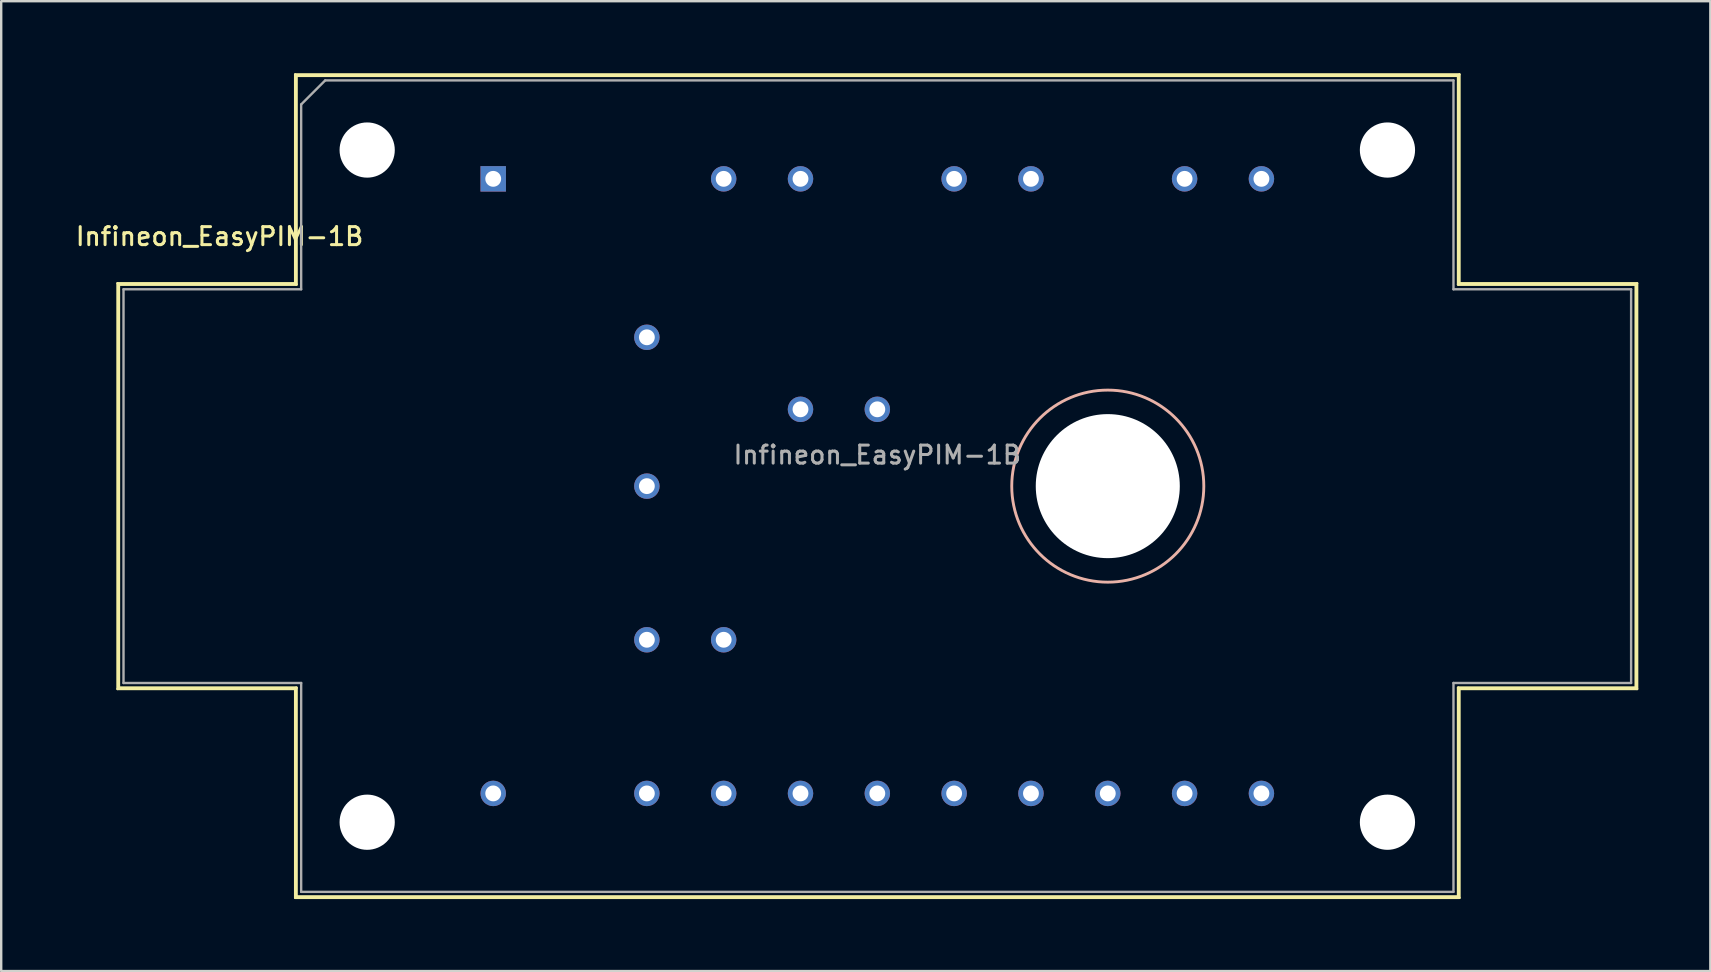
<source format=kicad_pcb>
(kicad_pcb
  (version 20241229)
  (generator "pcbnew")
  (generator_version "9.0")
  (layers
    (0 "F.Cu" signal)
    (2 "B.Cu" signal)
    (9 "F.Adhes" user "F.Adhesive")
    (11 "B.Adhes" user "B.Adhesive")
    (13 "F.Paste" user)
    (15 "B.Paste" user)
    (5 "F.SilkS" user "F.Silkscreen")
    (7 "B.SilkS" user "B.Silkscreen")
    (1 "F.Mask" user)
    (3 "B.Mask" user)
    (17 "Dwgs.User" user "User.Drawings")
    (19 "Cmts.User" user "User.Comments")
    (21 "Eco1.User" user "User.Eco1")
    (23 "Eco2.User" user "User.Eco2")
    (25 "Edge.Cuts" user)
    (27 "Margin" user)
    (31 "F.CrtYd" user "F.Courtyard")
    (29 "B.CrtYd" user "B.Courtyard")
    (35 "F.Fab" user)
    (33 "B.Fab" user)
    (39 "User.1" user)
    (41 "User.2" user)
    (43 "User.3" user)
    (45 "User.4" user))
  (footprint "Infineon_EasyPIM-1B"
    (layer "F.Cu")
    (at 17.495 4.4)
    (property "Reference" "Infineon_EasyPIM-1B" (at -11.4 2.4 0) (layer "F.SilkS") (effects (font (size 0.75 0.75) (thickness 0.125))))
    (attr through_hole)
    (fp_line (start -15.65 4.35) (end -15.65 21.25) (stroke (width 0.1) (type solid)) (layer "F.SilkS"))
    (fp_line (start -15.6 4.4) (end -15.6 21.2) (stroke (width 0.12) (type solid)) (layer "F.SilkS"))
    (fp_line (start -15.6 21.2) (end -8.2 21.2) (stroke (width 0.12) (type solid)) (layer "F.SilkS"))
    (fp_line (start -8.25 -4.35) (end -8.25 4.35) (stroke (width 0.1) (type solid)) (layer "F.SilkS"))
    (fp_line (start -8.25 -4.35) (end 40.25 -4.35) (stroke (width 0.1) (type solid)) (layer "F.SilkS"))
    (fp_line (start -8.25 4.35) (end -15.65 4.35) (stroke (width 0.1) (type solid)) (layer "F.SilkS"))
    (fp_line (start -8.25 21.25) (end -15.65 21.25) (stroke (width 0.1) (type solid)) (layer "F.SilkS"))
    (fp_line (start -8.25 29.95) (end -8.25 21.25) (stroke (width 0.1) (type solid)) (layer "F.SilkS"))
    (fp_line (start -8.2 -4.3) (end -8.2 4.4) (stroke (width 0.12) (type solid)) (layer "F.SilkS"))
    (fp_line (start -8.2 4.4) (end -15.6 4.4) (stroke (width 0.12) (type solid)) (layer "F.SilkS"))
    (fp_line (start -8.2 21.2) (end -8.2 29.9) (stroke (width 0.12) (type solid)) (layer "F.SilkS"))
    (fp_line (start -8.2 29.9) (end 40.2 29.9) (stroke (width 0.12) (type solid)) (layer "F.SilkS"))
    (fp_line (start 40.2 -4.3) (end -8.2 -4.3) (stroke (width 0.12) (type solid)) (layer "F.SilkS"))
    (fp_line (start 40.2 4.4) (end 40.2 -4.3) (stroke (width 0.12) (type solid)) (layer "F.SilkS"))
    (fp_line (start 40.2 21.2) (end 47.6 21.2) (stroke (width 0.12) (type solid)) (layer "F.SilkS"))
    (fp_line (start 40.2 29.9) (end 40.2 21.2) (stroke (width 0.12) (type solid)) (layer "F.SilkS"))
    (fp_line (start 40.25 4.35) (end 40.25 -4.35) (stroke (width 0.1) (type solid)) (layer "F.SilkS"))
    (fp_line (start 40.25 21.25) (end 47.65 21.25) (stroke (width 0.1) (type solid)) (layer "F.SilkS"))
    (fp_line (start 40.25 29.95) (end -8.25 29.95) (stroke (width 0.1) (type solid)) (layer "F.SilkS"))
    (fp_line (start 40.25 29.95) (end 40.25 21.25) (stroke (width 0.1) (type solid)) (layer "F.SilkS"))
    (fp_line (start 47.6 4.4) (end 40.2 4.4) (stroke (width 0.12) (type solid)) (layer "F.SilkS"))
    (fp_line (start 47.6 21.2) (end 47.6 4.4) (stroke (width 0.12) (type solid)) (layer "F.SilkS"))
    (fp_line (start 47.65 4.35) (end 40.25 4.35) (stroke (width 0.1) (type solid)) (layer "F.SilkS"))
    (fp_line (start 47.65 21.25) (end 47.65 4.35) (stroke (width 0.1) (type solid)) (layer "F.SilkS"))
    (fp_circle (center 25.6 12.8) (end 29.6 12.8) (stroke (width 0.12) (type solid)) (fill no) (layer "B.SilkS"))
    (fp_line (start -15.4 4.6) (end -15.4 21) (stroke (width 0.1) (type solid)) (layer "F.Fab"))
    (fp_line (start -15.4 4.6) (end -8 4.6) (stroke (width 0.1) (type solid)) (layer "F.Fab"))
    (fp_line (start -15.4 21) (end -8 21) (stroke (width 0.1) (type solid)) (layer "F.Fab"))
    (fp_line (start -8 4.6) (end -8 -3.1) (stroke (width 0.1) (type solid)) (layer "F.Fab"))
    (fp_line (start -8 29.7) (end -8 21) (stroke (width 0.1) (type solid)) (layer "F.Fab"))
    (fp_line (start -7 -4.1) (end -8 -3.1) (stroke (width 0.1) (type solid)) (layer "F.Fab"))
    (fp_line (start -7 -4.1) (end 40 -4.1) (stroke (width 0.1) (type solid)) (layer "F.Fab"))
    (fp_line (start 40 4.6) (end 40 -4.1) (stroke (width 0.1) (type solid)) (layer "F.Fab"))
    (fp_line (start 40 21) (end 40 29.7) (stroke (width 0.1) (type solid)) (layer "F.Fab"))
    (fp_line (start 40 29.7) (end -8 29.7) (stroke (width 0.1) (type solid)) (layer "F.Fab"))
    (fp_line (start 47.4 4.6) (end 40 4.6) (stroke (width 0.1) (type solid)) (layer "F.Fab"))
    (fp_line (start 47.4 4.6) (end 47.4 21) (stroke (width 0.1) (type solid)) (layer "F.Fab"))
    (fp_line (start 47.4 21) (end 40 21) (stroke (width 0.1) (type solid)) (layer "F.Fab"))
    (fp_text user "${REFERENCE}" (at 16 11.5 180) (layer "F.Fab") (effects (font (size 0.75 0.75) (thickness 0.125))))
    (pad "" np_thru_hole circle (at -5.25 -1.2) (size 2.3 2.3) (drill 2.3) (layers "*.Cu" "*.Mask"))
    (pad "" np_thru_hole circle (at -5.25 26.8) (size 2.3 2.3) (drill 2.3) (layers "*.Cu" "*.Mask"))
    (pad "" np_thru_hole circle (at 25.6 12.8) (size 6 6) (drill 6) (layers "*.Cu" "*.Mask"))
    (pad "" np_thru_hole circle (at 37.25 -1.2) (size 2.3 2.3) (drill 2.3) (layers "*.Cu" "*.Mask"))
    (pad "" np_thru_hole circle (at 37.25 26.8) (size 2.3 2.3) (drill 2.3) (layers "*.Cu" "*.Mask"))
    (pad "B" thru_hole circle (at 0 25.6) (size 1.06 1.06) (drill 0.66) (layers "*.Cu" "*.Mask"))
    (pad "EU" thru_hole circle (at 32 25.6) (size 1.06 1.06) (drill 0.66) (layers "*.Cu" "*.Mask"))
    (pad "EV" thru_hole circle (at 25.6 25.6) (size 1.06 1.06) (drill 0.66) (layers "*.Cu" "*.Mask"))
    (pad "EW" thru_hole circle (at 19.2 25.6) (size 1.06 1.06) (drill 0.66) (layers "*.Cu" "*.Mask"))
    (pad "G1" thru_hole circle (at 28.8 0) (size 1.06 1.06) (drill 0.66) (layers "*.Cu" "*.Mask"))
    (pad "G2" thru_hole circle (at 28.8 25.6) (size 1.06 1.06) (drill 0.66) (layers "*.Cu" "*.Mask"))
    (pad "G3" thru_hole circle (at 19.2 0) (size 1.06 1.06) (drill 0.66) (layers "*.Cu" "*.Mask"))
    (pad "G4" thru_hole circle (at 22.4 25.6) (size 1.06 1.06) (drill 0.66) (layers "*.Cu" "*.Mask"))
    (pad "G5" thru_hole circle (at 9.6 0) (size 1.06 1.06) (drill 0.66) (layers "*.Cu" "*.Mask"))
    (pad "G6" thru_hole circle (at 16 25.6) (size 1.06 1.06) (drill 0.66) (layers "*.Cu" "*.Mask"))
    (pad "GB" thru_hole circle (at 9.6 25.6) (size 1.06 1.06) (drill 0.66) (layers "*.Cu" "*.Mask"))
    (pad "L1" thru_hole rect (at 0 0) (size 1.06 1.06) (drill 0.66) (layers "*.Cu" "*.Mask"))
    (pad "L2" thru_hole circle (at 6.4 6.6) (size 1.06 1.06) (drill 0.66) (layers "*.Cu" "*.Mask"))
    (pad "L3" thru_hole circle (at 6.4 12.8) (size 1.06 1.06) (drill 0.66) (layers "*.Cu" "*.Mask"))
    (pad "N" thru_hole circle (at 12.8 25.6) (size 1.06 1.06) (drill 0.66) (layers "*.Cu" "*.Mask"))
    (pad "NB" thru_hole circle (at 6.4 25.6) (size 1.06 1.06) (drill 0.66) (layers "*.Cu" "*.Mask"))
    (pad "P" thru_hole circle (at 6.4 19.2) (size 1.06 1.06) (drill 0.66) (layers "*.Cu" "*.Mask"))
    (pad "P1" thru_hole circle (at 9.6 19.2) (size 1.06 1.06) (drill 0.66) (layers "*.Cu" "*.Mask"))
    (pad "T1" thru_hole circle (at 12.8 9.6) (size 1.06 1.06) (drill 0.66) (layers "*.Cu" "*.Mask"))
    (pad "T2" thru_hole circle (at 16 9.6) (size 1.06 1.06) (drill 0.66) (layers "*.Cu" "*.Mask"))
    (pad "U" thru_hole circle (at 32 0) (size 1.06 1.06) (drill 0.66) (layers "*.Cu" "*.Mask"))
    (pad "V" thru_hole circle (at 22.4 0) (size 1.06 1.06) (drill 0.66) (layers "*.Cu" "*.Mask"))
    (pad "W" thru_hole circle (at 12.8 0) (size 1.06 1.06) (drill 0.66) (layers "*.Cu" "*.Mask"))
    (zone (net_name "") (layers "F.Cu" "B.Cu") (name "MH") (hatch full 0.508) (connect_pads) (min_thickness 0.254) (filled_areas_thickness no) (keepout (tracks not_allowed) (vias not_allowed) (pads not_allowed) (copperpour not_allowed) (footprints not_allowed)) (placement (enabled no)) (fill) (polygon (pts (xy 11.74 17.2) (xy 11.72 16.769) (xy 11.662 16.342) (xy 11.565 15.921) (xy 11.43 15.511) (xy 11.258 15.116) (xy 11.052 14.737) (xy 10.812 14.378) (xy 10.54 14.043) (xy 10.24 13.734) (xy 9.912 13.453) (xy 9.561 13.203) (xy 9.188 12.986) (xy 8.797 12.804) (xy 8.391 12.658) (xy 7.973 12.549) (xy 7.548 12.478) (xy 7.117 12.447) (xy 6.686 12.454) (xy 6.257 12.501) (xy 5.834 12.586) (xy 5.421 12.709) (xy 5.02 12.87) (xy 4.636 13.065) (xy 4.271 13.295) (xy 3.928 13.557) (xy 3.611 13.849) (xy 3.321 14.169) (xy 3.061 14.514) (xy 2.834 14.88) (xy 2.641 15.266) (xy 2.483 15.668) (xy 2.363 16.082) (xy 2.281 16.505) (xy 2.237 16.935) (xy 2.232 17.366) (xy 2.267 17.796) (xy 2.34 18.221) (xy 2.452 18.638) (xy 2.601 19.043) (xy 2.786 19.432) (xy 3.006 19.804) (xy 3.258 20.154) (xy 3.541 20.479) (xy 3.853 20.778) (xy 4.19 21.047) (xy 4.55 21.284) (xy 4.93 21.488) (xy 5.327 21.657) (xy 5.738 21.789) (xy 6.159 21.883) (xy 6.587 21.938) (xy 7.018 21.955) (xy 7.449 21.932) (xy 7.876 21.871) (xy 8.295 21.771) (xy 8.704 21.633) (xy 9.099 21.459) (xy 9.476 21.25) (xy 9.833 21.008) (xy 10.166 20.734) (xy 10.474 20.431) (xy 10.752 20.101) (xy 10.999 19.748) (xy 11.214 19.374) (xy 11.393 18.981) (xy 11.537 18.574) (xy 11.643 18.156) (xy 11.71 17.73) (xy 11.739 17.3))))
    (zone (net_name "") (layers "F.Cu" "B.Cu") (name "MH") (hatch full 0.508) (connect_pads) (min_thickness 0.254) (filled_areas_thickness no) (keepout (tracks not_allowed) (vias not_allowed) (pads not_allowed) (copperpour not_allowed) (footprints not_allowed)) (placement (enabled no)) (fill) (polygon (pts (xy 64.74 17.2) (xy 64.72 16.769) (xy 64.662 16.342) (xy 64.565 15.921) (xy 64.43 15.511) (xy 64.258 15.116) (xy 64.052 14.737) (xy 63.812 14.378) (xy 63.54 14.043) (xy 63.24 13.734) (xy 62.912 13.453) (xy 62.561 13.203) (xy 62.188 12.986) (xy 61.797 12.804) (xy 61.391 12.658) (xy 60.973 12.549) (xy 60.548 12.478) (xy 60.117 12.447) (xy 59.686 12.454) (xy 59.257 12.501) (xy 58.834 12.586) (xy 58.421 12.709) (xy 58.02 12.87) (xy 57.636 13.065) (xy 57.271 13.295) (xy 56.928 13.557) (xy 56.611 13.849) (xy 56.321 14.169) (xy 56.061 14.514) (xy 55.834 14.88) (xy 55.641 15.266) (xy 55.483 15.668) (xy 55.363 16.082) (xy 55.281 16.505) (xy 55.237 16.935) (xy 55.232 17.366) (xy 55.267 17.796) (xy 55.34 18.221) (xy 55.452 18.638) (xy 55.601 19.043) (xy 55.786 19.432) (xy 56.006 19.804) (xy 56.258 20.154) (xy 56.541 20.479) (xy 56.853 20.778) (xy 57.19 21.047) (xy 57.55 21.284) (xy 57.93 21.488) (xy 58.327 21.657) (xy 58.738 21.789) (xy 59.159 21.883) (xy 59.587 21.938) (xy 60.018 21.955) (xy 60.449 21.932) (xy 60.876 21.871) (xy 61.295 21.771) (xy 61.704 21.633) (xy 62.099 21.459) (xy 62.476 21.25) (xy 62.833 21.008) (xy 63.166 20.734) (xy 63.474 20.431) (xy 63.752 20.101) (xy 63.999 19.748) (xy 64.214 19.374) (xy 64.393 18.981) (xy 64.537 18.574) (xy 64.643 18.156) (xy 64.71 17.73) (xy 64.739 17.3)))))
  (gr_rect
    (start -3 -3)
    (end 68.195 37.4)
    (stroke (width 0.1) (type default))
    (fill no)
    (layer "Edge.Cuts")))
</source>
